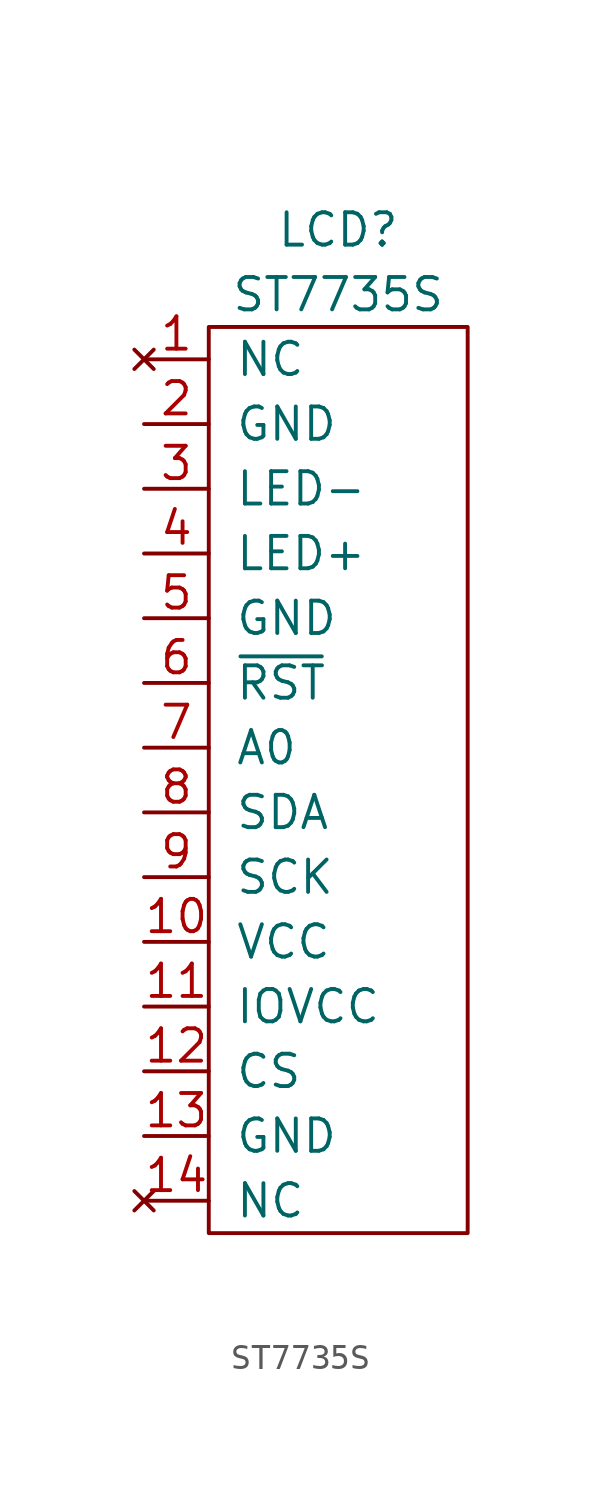
<source format=kicad_sym>
(kicad_symbol_lib
  (version 20211014)
  (generator kicad_symbol_editor)
  (symbol "ST7735S"
    (pin_names
      (offset 1.016))
    (property "Reference" "LCD"
      (at 0 21.59 0)
      (effects (font (size 1.27 1.27))))
    (property "Value" "ST7735S"
      (at 0 19.05 0)
      (effects (font (size 1.27 1.27))))
    (symbol "ST7735S_0_1"
      (rectangle (start -5.08 17.78) (end 5.08 -17.78) (stroke (width 0) (type default) (color 0 0 0 0)) (fill (type none))))
    (symbol "ST7735S_1_1"
      (pin no_connect line (at -7.62 16.51 0) (length 2.54) (name "NC" (effects (font (size 1.27 1.27)))) (number "1" (effects (font (size 1.27 1.27)))))
      (pin power_in line (at -7.62 -6.35 0) (length 2.54) (name "VCC" (effects (font (size 1.27 1.27)))) (number "10" (effects (font (size 1.27 1.27)))))
      (pin power_in line (at -7.62 -8.89 0) (length 2.54) (name "IOVCC" (effects (font (size 1.27 1.27)))) (number "11" (effects (font (size 1.27 1.27)))))
      (pin input line (at -7.62 -11.43 0) (length 2.54) (name "CS" (effects (font (size 1.27 1.27)))) (number "12" (effects (font (size 1.27 1.27)))))
      (pin power_in line (at -7.62 -13.97 0) (length 2.54) (name "GND" (effects (font (size 1.27 1.27)))) (number "13" (effects (font (size 1.27 1.27)))))
      (pin no_connect line (at -7.62 -16.51 0) (length 2.54) (name "NC" (effects (font (size 1.27 1.27)))) (number "14" (effects (font (size 1.27 1.27)))))
      (pin power_in line (at -7.62 13.97 0) (length 2.54) (name "GND" (effects (font (size 1.27 1.27)))) (number "2" (effects (font (size 1.27 1.27)))))
      (pin power_in line (at -7.62 11.43 0) (length 2.54) (name "LED-" (effects (font (size 1.27 1.27)))) (number "3" (effects (font (size 1.27 1.27)))))
      (pin power_in line (at -7.62 8.89 0) (length 2.54) (name "LED+" (effects (font (size 1.27 1.27)))) (number "4" (effects (font (size 1.27 1.27)))))
      (pin power_in line (at -7.62 6.35 0) (length 2.54) (name "GND" (effects (font (size 1.27 1.27)))) (number "5" (effects (font (size 1.27 1.27)))))
      (pin input line (at -7.62 3.81 0) (length 2.54) (name "~{RST}" (effects (font (size 1.27 1.27)))) (number "6" (effects (font (size 1.27 1.27)))))
      (pin input line (at -7.62 1.27 0) (length 2.54) (name "A0" (effects (font (size 1.27 1.27)))) (number "7" (effects (font (size 1.27 1.27)))))
      (pin input line (at -7.62 -1.27 0) (length 2.54) (name "SDA" (effects (font (size 1.27 1.27)))) (number "8" (effects (font (size 1.27 1.27)))))
      (pin input line (at -7.62 -3.81 0) (length 2.54) (name "SCK" (effects (font (size 1.27 1.27)))) (number "9" (effects (font (size 1.27 1.27))))))))
</source>
